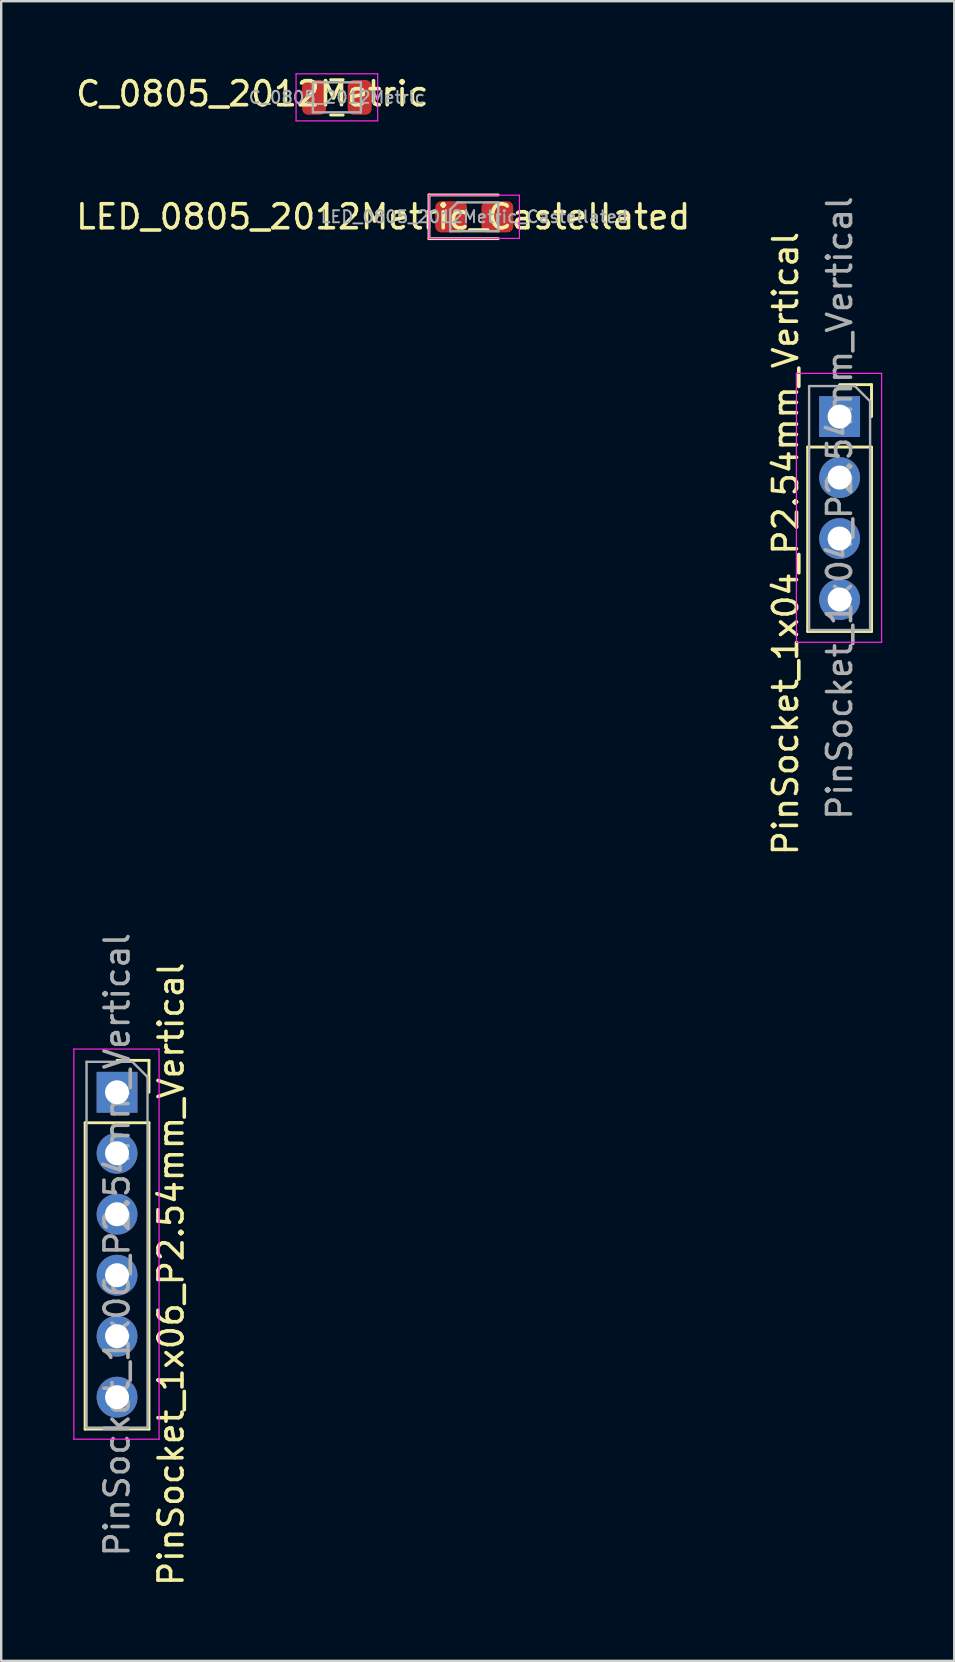
<source format=kicad_pcb>
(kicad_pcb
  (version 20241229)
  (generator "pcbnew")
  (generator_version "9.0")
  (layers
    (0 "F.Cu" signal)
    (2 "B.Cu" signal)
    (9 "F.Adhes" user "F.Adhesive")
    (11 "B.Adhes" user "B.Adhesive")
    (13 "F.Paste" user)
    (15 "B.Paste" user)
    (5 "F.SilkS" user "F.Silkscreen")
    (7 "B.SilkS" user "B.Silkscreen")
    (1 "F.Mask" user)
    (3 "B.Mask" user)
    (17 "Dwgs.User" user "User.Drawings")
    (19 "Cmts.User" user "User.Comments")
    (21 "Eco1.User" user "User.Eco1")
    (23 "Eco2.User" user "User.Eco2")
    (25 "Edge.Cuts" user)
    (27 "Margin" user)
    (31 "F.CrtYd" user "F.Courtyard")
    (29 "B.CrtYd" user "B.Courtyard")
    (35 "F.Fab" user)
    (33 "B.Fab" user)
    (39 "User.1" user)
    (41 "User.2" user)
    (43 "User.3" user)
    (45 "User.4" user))
  (footprint "PinSocket_1x04_P2.54mm_Vertical"
    (layer "F.Cu")
    (at 31.92 14.301)
    (property "Reference" "PinSocket_1x04_P2.54mm_Vertical" (at -2.25 5.29 90) (layer "F.SilkS") (effects (font (size 1 1) (thickness 0.15))))
    (attr through_hole)
    (fp_line (start -1.33 1.27) (end -1.33 8.95) (stroke (width 0.12) (type solid)) (layer "F.SilkS"))
    (fp_line (start -1.33 1.27) (end 1.33 1.27) (stroke (width 0.12) (type solid)) (layer "F.SilkS"))
    (fp_line (start -1.33 8.95) (end 1.33 8.95) (stroke (width 0.12) (type solid)) (layer "F.SilkS"))
    (fp_line (start 0 -1.33) (end 1.33 -1.33) (stroke (width 0.12) (type solid)) (layer "F.SilkS"))
    (fp_line (start 1.33 -1.33) (end 1.33 0) (stroke (width 0.12) (type solid)) (layer "F.SilkS"))
    (fp_line (start 1.33 1.27) (end 1.33 8.95) (stroke (width 0.12) (type solid)) (layer "F.SilkS"))
    (fp_line (start -1.8 -1.8) (end 1.75 -1.8) (stroke (width 0.05) (type solid)) (layer "F.CrtYd"))
    (fp_line (start -1.8 9.4) (end -1.8 -1.8) (stroke (width 0.05) (type solid)) (layer "F.CrtYd"))
    (fp_line (start 1.75 -1.8) (end 1.75 9.4) (stroke (width 0.05) (type solid)) (layer "F.CrtYd"))
    (fp_line (start 1.75 9.4) (end -1.8 9.4) (stroke (width 0.05) (type solid)) (layer "F.CrtYd"))
    (fp_line (start -1.27 -1.27) (end 0.635 -1.27) (stroke (width 0.1) (type solid)) (layer "F.Fab"))
    (fp_line (start -1.27 8.89) (end -1.27 -1.27) (stroke (width 0.1) (type solid)) (layer "F.Fab"))
    (fp_line (start 0.635 -1.27) (end 1.27 -0.635) (stroke (width 0.1) (type solid)) (layer "F.Fab"))
    (fp_line (start 1.27 -0.635) (end 1.27 8.89) (stroke (width 0.1) (type solid)) (layer "F.Fab"))
    (fp_line (start 1.27 8.89) (end -1.27 8.89) (stroke (width 0.1) (type solid)) (layer "F.Fab"))
    (fp_text user "${REFERENCE}" (at 0 3.81 90) (layer "F.Fab") (effects (font (size 1 1) (thickness 0.15))))
    (pad "1" thru_hole rect (at 0 0) (size 1.7 1.7) (drill 1) (layers "*.Cu" "*.Mask"))
    (pad "2" thru_hole oval (at 0 2.54) (size 1.7 1.7) (drill 1) (layers "*.Cu" "*.Mask"))
    (pad "3" thru_hole oval (at 0 5.08) (size 1.7 1.7) (drill 1) (layers "*.Cu" "*.Mask"))
    (pad "4" thru_hole oval (at 0 7.62) (size 1.7 1.7) (drill 1) (layers "*.Cu" "*.Mask")))
  (footprint "C_0805_2012Metric"
    (layer "F.Cu")
    (at 10.981 1.005)
    (property "Reference" "C_0805_2012Metric" (at -3.522 -0.149 0) (layer "F.SilkS") (effects (font (size 1 1) (thickness 0.15))))
    (attr smd)
    (fp_line (start -0.261 -0.735) (end 0.261 -0.735) (stroke (width 0.12) (type solid)) (layer "F.SilkS"))
    (fp_line (start -0.261 0.735) (end 0.261 0.735) (stroke (width 0.12) (type solid)) (layer "F.SilkS"))
    (fp_line (start -1.7 -0.98) (end 1.7 -0.98) (stroke (width 0.05) (type solid)) (layer "F.CrtYd"))
    (fp_line (start -1.7 0.98) (end -1.7 -0.98) (stroke (width 0.05) (type solid)) (layer "F.CrtYd"))
    (fp_line (start 1.7 -0.98) (end 1.7 0.98) (stroke (width 0.05) (type solid)) (layer "F.CrtYd"))
    (fp_line (start 1.7 0.98) (end -1.7 0.98) (stroke (width 0.05) (type solid)) (layer "F.CrtYd"))
    (fp_line (start -1 -0.625) (end 1 -0.625) (stroke (width 0.1) (type solid)) (layer "F.Fab"))
    (fp_line (start -1 0.625) (end -1 -0.625) (stroke (width 0.1) (type solid)) (layer "F.Fab"))
    (fp_line (start 1 -0.625) (end 1 0.625) (stroke (width 0.1) (type solid)) (layer "F.Fab"))
    (fp_line (start 1 0.625) (end -1 0.625) (stroke (width 0.1) (type solid)) (layer "F.Fab"))
    (fp_text user "${REFERENCE}" (at 0 0 0) (layer "F.Fab") (effects (font (size 0.5 0.5) (thickness 0.08))))
    (pad "1" smd roundrect (at -0.95 0) (size 1 1.45) (layers "F.Cu" "F.Mask" "F.Paste") (roundrect_rratio 0.25))
    (pad "2" smd roundrect (at 0.95 0) (size 1 1.45) (layers "F.Cu" "F.Mask" "F.Paste") (roundrect_rratio 0.25)))
  (footprint "LED_0805_2012Metric_Castellated"
    (layer "F.Cu")
    (at 16.703 5.98)
    (property "Reference" "LED_0805_2012Metric_Castellated" (at -3.792 0 0) (layer "F.SilkS") (effects (font (size 1 1) (thickness 0.15))))
    (attr smd)
    (fp_line (start -1.885 -0.91) (end -1.885 0.91) (stroke (width 0.12) (type solid)) (layer "F.SilkS"))
    (fp_line (start -1.885 0.91) (end 1 0.91) (stroke (width 0.12) (type solid)) (layer "F.SilkS"))
    (fp_line (start 1 -0.91) (end -1.885 -0.91) (stroke (width 0.12) (type solid)) (layer "F.SilkS"))
    (fp_line (start -1.88 -0.9) (end 1.88 -0.9) (stroke (width 0.05) (type solid)) (layer "F.CrtYd"))
    (fp_line (start -1.88 0.9) (end -1.88 -0.9) (stroke (width 0.05) (type solid)) (layer "F.CrtYd"))
    (fp_line (start 1.88 -0.9) (end 1.88 0.9) (stroke (width 0.05) (type solid)) (layer "F.CrtYd"))
    (fp_line (start 1.88 0.9) (end -1.88 0.9) (stroke (width 0.05) (type solid)) (layer "F.CrtYd"))
    (fp_line (start -1 -0.3) (end -1 0.6) (stroke (width 0.1) (type solid)) (layer "F.Fab"))
    (fp_line (start -1 0.6) (end 1 0.6) (stroke (width 0.1) (type solid)) (layer "F.Fab"))
    (fp_line (start -0.7 -0.6) (end -1 -0.3) (stroke (width 0.1) (type solid)) (layer "F.Fab"))
    (fp_line (start 1 -0.6) (end -0.7 -0.6) (stroke (width 0.1) (type solid)) (layer "F.Fab"))
    (fp_line (start 1 0.6) (end 1 -0.6) (stroke (width 0.1) (type solid)) (layer "F.Fab"))
    (fp_text user "${REFERENCE}" (at 0 0 0) (layer "F.Fab") (effects (font (size 0.5 0.5) (thickness 0.08))))
    (pad "1" smd roundrect (at -0.963 0) (size 1.325 1.3) (layers "F.Cu" "F.Mask" "F.Paste") (roundrect_rratio 0.192))
    (pad "2" smd roundrect (at 0.963 0) (size 1.325 1.3) (layers "F.Cu" "F.Mask" "F.Paste") (roundrect_rratio 0.192)))
  (footprint "PinSocket_1x06_P2.54mm_Vertical"
    (layer "F.Cu")
    (at 1.825 42.444)
    (property "Reference" "PinSocket_1x06_P2.54mm_Vertical" (at 2.25 7.58 90) (layer "F.SilkS") (effects (font (size 1 1) (thickness 0.15))))
    (attr through_hole)
    (fp_line (start -1.33 1.27) (end -1.33 14.03) (stroke (width 0.12) (type solid)) (layer "F.SilkS"))
    (fp_line (start -1.33 1.27) (end 1.33 1.27) (stroke (width 0.12) (type solid)) (layer "F.SilkS"))
    (fp_line (start -1.33 14.03) (end 1.33 14.03) (stroke (width 0.12) (type solid)) (layer "F.SilkS"))
    (fp_line (start 0 -1.33) (end 1.33 -1.33) (stroke (width 0.12) (type solid)) (layer "F.SilkS"))
    (fp_line (start 1.33 -1.33) (end 1.33 0) (stroke (width 0.12) (type solid)) (layer "F.SilkS"))
    (fp_line (start 1.33 1.27) (end 1.33 14.03) (stroke (width 0.12) (type solid)) (layer "F.SilkS"))
    (fp_line (start -1.8 -1.8) (end 1.75 -1.8) (stroke (width 0.05) (type solid)) (layer "F.CrtYd"))
    (fp_line (start -1.8 14.45) (end -1.8 -1.8) (stroke (width 0.05) (type solid)) (layer "F.CrtYd"))
    (fp_line (start 1.75 -1.8) (end 1.75 14.45) (stroke (width 0.05) (type solid)) (layer "F.CrtYd"))
    (fp_line (start 1.75 14.45) (end -1.8 14.45) (stroke (width 0.05) (type solid)) (layer "F.CrtYd"))
    (fp_line (start -1.27 -1.27) (end 0.635 -1.27) (stroke (width 0.1) (type solid)) (layer "F.Fab"))
    (fp_line (start -1.27 13.97) (end -1.27 -1.27) (stroke (width 0.1) (type solid)) (layer "F.Fab"))
    (fp_line (start 0.635 -1.27) (end 1.27 -0.635) (stroke (width 0.1) (type solid)) (layer "F.Fab"))
    (fp_line (start 1.27 -0.635) (end 1.27 13.97) (stroke (width 0.1) (type solid)) (layer "F.Fab"))
    (fp_line (start 1.27 13.97) (end -1.27 13.97) (stroke (width 0.1) (type solid)) (layer "F.Fab"))
    (fp_text user "${REFERENCE}" (at 0 6.35 90) (layer "F.Fab") (effects (font (size 1 1) (thickness 0.15))))
    (pad "1" thru_hole rect (at 0 0) (size 1.7 1.7) (drill 1) (layers "*.Cu" "*.Mask"))
    (pad "2" thru_hole oval (at 0 2.54) (size 1.7 1.7) (drill 1) (layers "*.Cu" "*.Mask"))
    (pad "3" thru_hole oval (at 0 5.08) (size 1.7 1.7) (drill 1) (layers "*.Cu" "*.Mask"))
    (pad "4" thru_hole oval (at 0 7.62) (size 1.7 1.7) (drill 1) (layers "*.Cu" "*.Mask"))
    (pad "5" thru_hole oval (at 0 10.16) (size 1.7 1.7) (drill 1) (layers "*.Cu" "*.Mask"))
    (pad "6" thru_hole oval (at 0 12.7) (size 1.7 1.7) (drill 1) (layers "*.Cu" "*.Mask")))
  (gr_rect
    (start -3 -3)
    (end 36.695 66.125)
    (stroke (width 0.1) (type default))
    (fill no)
    (layer "Edge.Cuts")))
</source>
